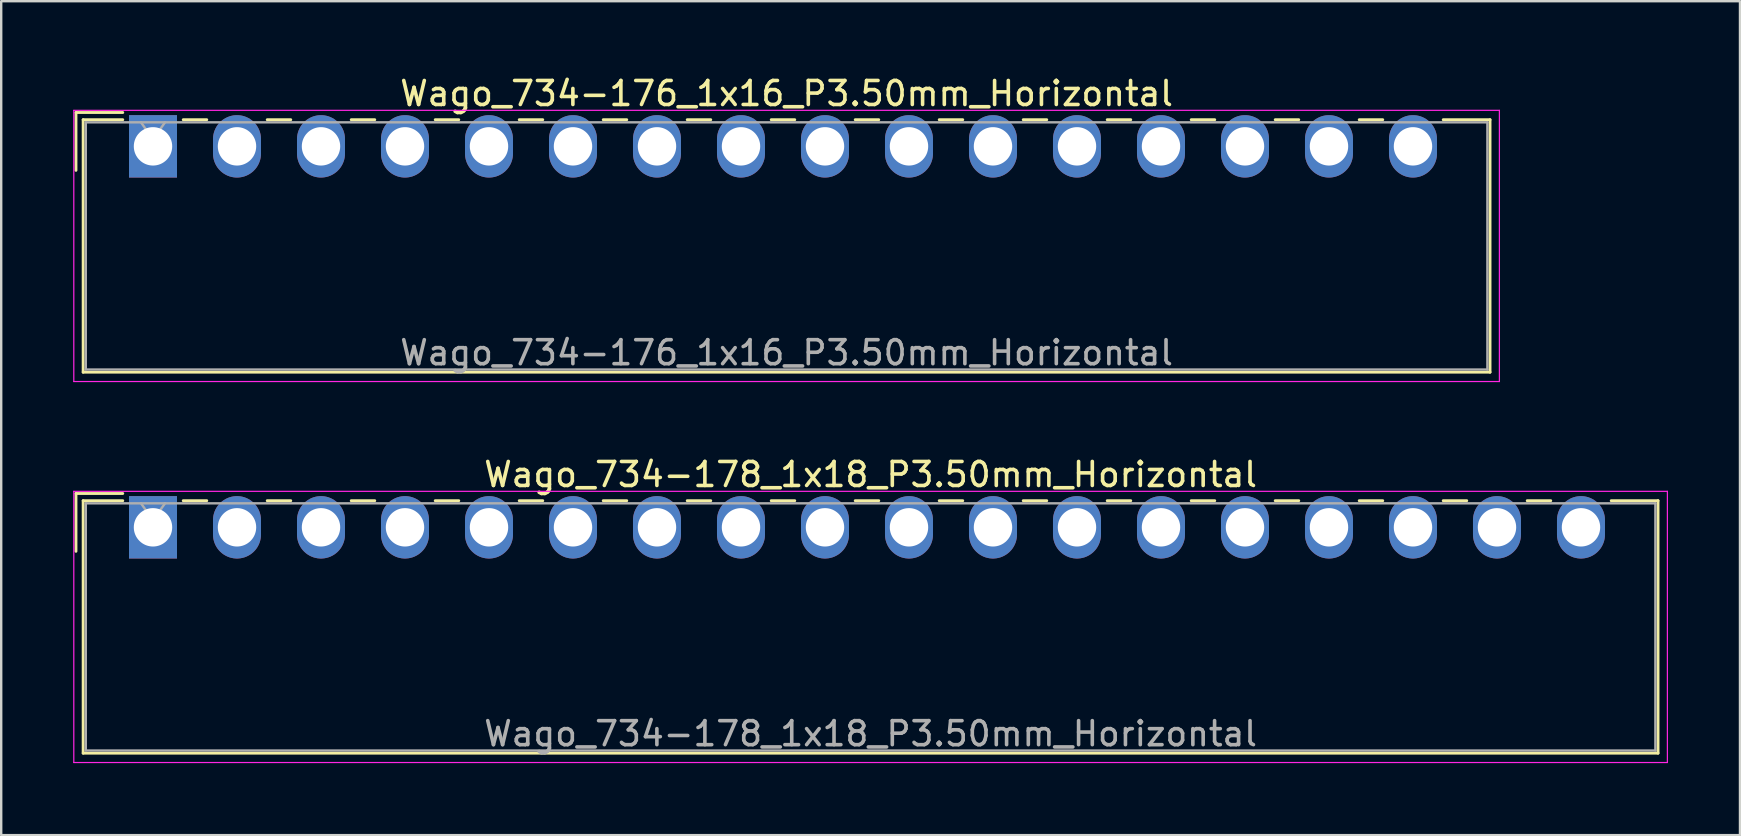
<source format=kicad_pcb>
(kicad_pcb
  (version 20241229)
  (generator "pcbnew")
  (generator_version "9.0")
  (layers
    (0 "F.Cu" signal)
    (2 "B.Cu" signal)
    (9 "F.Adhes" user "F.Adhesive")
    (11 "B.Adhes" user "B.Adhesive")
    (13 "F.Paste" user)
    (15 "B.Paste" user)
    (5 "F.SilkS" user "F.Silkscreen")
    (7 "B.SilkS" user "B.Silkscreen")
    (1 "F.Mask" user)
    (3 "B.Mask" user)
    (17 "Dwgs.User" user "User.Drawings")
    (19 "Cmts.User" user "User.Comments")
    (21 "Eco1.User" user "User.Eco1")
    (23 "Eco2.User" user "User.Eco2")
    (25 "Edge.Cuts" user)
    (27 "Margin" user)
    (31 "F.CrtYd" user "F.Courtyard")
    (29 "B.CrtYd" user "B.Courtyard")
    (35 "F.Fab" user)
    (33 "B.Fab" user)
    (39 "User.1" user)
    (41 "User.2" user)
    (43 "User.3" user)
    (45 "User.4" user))
  (footprint "Wago_734-178_1x18_P3.50mm_Horizontal"
    (layer "F.Cu")
    (at 3.325 18.922)
    (property "Reference" "Wago_734-178_1x18_P3.50mm_Horizontal" (at 29.9 -2.2 0) (layer "F.SilkS") (effects (font (size 1 1) (thickness 0.15))))
    (attr through_hole)
    (fp_line (start -3.21 -1.41) (end -1.26 -1.41) (stroke (width 0.12) (type solid)) (layer "F.SilkS"))
    (fp_line (start -3.21 1) (end -3.21 -1.41) (stroke (width 0.12) (type solid)) (layer "F.SilkS"))
    (fp_line (start -2.91 -1.11) (end -2.91 9.41) (stroke (width 0.12) (type solid)) (layer "F.SilkS"))
    (fp_line (start -2.91 9.41) (end 62.71 9.41) (stroke (width 0.12) (type solid)) (layer "F.SilkS"))
    (fp_line (start -1.26 -1.11) (end -2.91 -1.11) (stroke (width 0.12) (type solid)) (layer "F.SilkS"))
    (fp_line (start 1.26 -1.11) (end 2.24 -1.11) (stroke (width 0.12) (type solid)) (layer "F.SilkS"))
    (fp_line (start 4.76 -1.11) (end 5.74 -1.11) (stroke (width 0.12) (type solid)) (layer "F.SilkS"))
    (fp_line (start 8.26 -1.11) (end 9.24 -1.11) (stroke (width 0.12) (type solid)) (layer "F.SilkS"))
    (fp_line (start 11.76 -1.11) (end 12.74 -1.11) (stroke (width 0.12) (type solid)) (layer "F.SilkS"))
    (fp_line (start 15.26 -1.11) (end 16.24 -1.11) (stroke (width 0.12) (type solid)) (layer "F.SilkS"))
    (fp_line (start 18.76 -1.11) (end 19.74 -1.11) (stroke (width 0.12) (type solid)) (layer "F.SilkS"))
    (fp_line (start 22.26 -1.11) (end 23.24 -1.11) (stroke (width 0.12) (type solid)) (layer "F.SilkS"))
    (fp_line (start 25.76 -1.11) (end 26.74 -1.11) (stroke (width 0.12) (type solid)) (layer "F.SilkS"))
    (fp_line (start 29.26 -1.11) (end 30.24 -1.11) (stroke (width 0.12) (type solid)) (layer "F.SilkS"))
    (fp_line (start 32.76 -1.11) (end 33.74 -1.11) (stroke (width 0.12) (type solid)) (layer "F.SilkS"))
    (fp_line (start 36.26 -1.11) (end 37.24 -1.11) (stroke (width 0.12) (type solid)) (layer "F.SilkS"))
    (fp_line (start 39.76 -1.11) (end 40.74 -1.11) (stroke (width 0.12) (type solid)) (layer "F.SilkS"))
    (fp_line (start 43.26 -1.11) (end 44.24 -1.11) (stroke (width 0.12) (type solid)) (layer "F.SilkS"))
    (fp_line (start 46.76 -1.11) (end 47.74 -1.11) (stroke (width 0.12) (type solid)) (layer "F.SilkS"))
    (fp_line (start 50.26 -1.11) (end 51.24 -1.11) (stroke (width 0.12) (type solid)) (layer "F.SilkS"))
    (fp_line (start 53.76 -1.11) (end 54.74 -1.11) (stroke (width 0.12) (type solid)) (layer "F.SilkS"))
    (fp_line (start 57.26 -1.11) (end 58.24 -1.11) (stroke (width 0.12) (type solid)) (layer "F.SilkS"))
    (fp_line (start 62.71 -1.11) (end 60.76 -1.11) (stroke (width 0.12) (type solid)) (layer "F.SilkS"))
    (fp_line (start 62.71 9.41) (end 62.71 -1.11) (stroke (width 0.12) (type solid)) (layer "F.SilkS"))
    (fp_line (start -3.3 -1.5) (end -3.3 9.8) (stroke (width 0.05) (type solid)) (layer "F.CrtYd"))
    (fp_line (start -3.3 9.8) (end 63.1 9.8) (stroke (width 0.05) (type solid)) (layer "F.CrtYd"))
    (fp_line (start 63.1 -1.5) (end -3.3 -1.5) (stroke (width 0.05) (type solid)) (layer "F.CrtYd"))
    (fp_line (start 63.1 9.8) (end 63.1 -1.5) (stroke (width 0.05) (type solid)) (layer "F.CrtYd"))
    (fp_line (start -2.8 -1) (end -2.8 9.3) (stroke (width 0.1) (type solid)) (layer "F.Fab"))
    (fp_line (start -2.8 9.3) (end 62.6 9.3) (stroke (width 0.1) (type solid)) (layer "F.Fab"))
    (fp_line (start -0.5 -1) (end 0 -0.293) (stroke (width 0.1) (type solid)) (layer "F.Fab"))
    (fp_line (start 0 -0.293) (end 0.5 -1) (stroke (width 0.1) (type solid)) (layer "F.Fab"))
    (fp_line (start 62.6 -1) (end -2.8 -1) (stroke (width 0.1) (type solid)) (layer "F.Fab"))
    (fp_line (start 62.6 9.3) (end 62.6 -1) (stroke (width 0.1) (type solid)) (layer "F.Fab"))
    (fp_text user "${REFERENCE}" (at 29.9 8.6 0) (layer "F.Fab") (effects (font (size 1 1) (thickness 0.15))))
    (pad "1" thru_hole rect (at 0 0) (size 2 2.6) (drill 1.6) (layers "*.Cu" "*.Mask"))
    (pad "2" thru_hole oval (at 3.5 0) (size 2 2.6) (drill 1.6) (layers "*.Cu" "*.Mask"))
    (pad "3" thru_hole oval (at 7 0) (size 2 2.6) (drill 1.6) (layers "*.Cu" "*.Mask"))
    (pad "4" thru_hole oval (at 10.5 0) (size 2 2.6) (drill 1.6) (layers "*.Cu" "*.Mask"))
    (pad "5" thru_hole oval (at 14 0) (size 2 2.6) (drill 1.6) (layers "*.Cu" "*.Mask"))
    (pad "6" thru_hole oval (at 17.5 0) (size 2 2.6) (drill 1.6) (layers "*.Cu" "*.Mask"))
    (pad "7" thru_hole oval (at 21 0) (size 2 2.6) (drill 1.6) (layers "*.Cu" "*.Mask"))
    (pad "8" thru_hole oval (at 24.5 0) (size 2 2.6) (drill 1.6) (layers "*.Cu" "*.Mask"))
    (pad "9" thru_hole oval (at 28 0) (size 2 2.6) (drill 1.6) (layers "*.Cu" "*.Mask"))
    (pad "10" thru_hole oval (at 31.5 0) (size 2 2.6) (drill 1.6) (layers "*.Cu" "*.Mask"))
    (pad "11" thru_hole oval (at 35 0) (size 2 2.6) (drill 1.6) (layers "*.Cu" "*.Mask"))
    (pad "12" thru_hole oval (at 38.5 0) (size 2 2.6) (drill 1.6) (layers "*.Cu" "*.Mask"))
    (pad "13" thru_hole oval (at 42 0) (size 2 2.6) (drill 1.6) (layers "*.Cu" "*.Mask"))
    (pad "14" thru_hole oval (at 45.5 0) (size 2 2.6) (drill 1.6) (layers "*.Cu" "*.Mask"))
    (pad "15" thru_hole oval (at 49 0) (size 2 2.6) (drill 1.6) (layers "*.Cu" "*.Mask"))
    (pad "16" thru_hole oval (at 52.5 0) (size 2 2.6) (drill 1.6) (layers "*.Cu" "*.Mask"))
    (pad "17" thru_hole oval (at 56 0) (size 2 2.6) (drill 1.6) (layers "*.Cu" "*.Mask"))
    (pad "18" thru_hole oval (at 59.5 0) (size 2 2.6) (drill 1.6) (layers "*.Cu" "*.Mask")))
  (footprint "Wago_734-176_1x16_P3.50mm_Horizontal"
    (layer "F.Cu")
    (at 3.325 3.048)
    (property "Reference" "Wago_734-176_1x16_P3.50mm_Horizontal" (at 26.4 -2.2 0) (layer "F.SilkS") (effects (font (size 1 1) (thickness 0.15))))
    (attr through_hole)
    (fp_line (start -3.21 -1.41) (end -1.26 -1.41) (stroke (width 0.12) (type solid)) (layer "F.SilkS"))
    (fp_line (start -3.21 1) (end -3.21 -1.41) (stroke (width 0.12) (type solid)) (layer "F.SilkS"))
    (fp_line (start -2.91 -1.11) (end -2.91 9.41) (stroke (width 0.12) (type solid)) (layer "F.SilkS"))
    (fp_line (start -2.91 9.41) (end 55.71 9.41) (stroke (width 0.12) (type solid)) (layer "F.SilkS"))
    (fp_line (start -1.26 -1.11) (end -2.91 -1.11) (stroke (width 0.12) (type solid)) (layer "F.SilkS"))
    (fp_line (start 1.26 -1.11) (end 2.24 -1.11) (stroke (width 0.12) (type solid)) (layer "F.SilkS"))
    (fp_line (start 4.76 -1.11) (end 5.74 -1.11) (stroke (width 0.12) (type solid)) (layer "F.SilkS"))
    (fp_line (start 8.26 -1.11) (end 9.24 -1.11) (stroke (width 0.12) (type solid)) (layer "F.SilkS"))
    (fp_line (start 11.76 -1.11) (end 12.74 -1.11) (stroke (width 0.12) (type solid)) (layer "F.SilkS"))
    (fp_line (start 15.26 -1.11) (end 16.24 -1.11) (stroke (width 0.12) (type solid)) (layer "F.SilkS"))
    (fp_line (start 18.76 -1.11) (end 19.74 -1.11) (stroke (width 0.12) (type solid)) (layer "F.SilkS"))
    (fp_line (start 22.26 -1.11) (end 23.24 -1.11) (stroke (width 0.12) (type solid)) (layer "F.SilkS"))
    (fp_line (start 25.76 -1.11) (end 26.74 -1.11) (stroke (width 0.12) (type solid)) (layer "F.SilkS"))
    (fp_line (start 29.26 -1.11) (end 30.24 -1.11) (stroke (width 0.12) (type solid)) (layer "F.SilkS"))
    (fp_line (start 32.76 -1.11) (end 33.74 -1.11) (stroke (width 0.12) (type solid)) (layer "F.SilkS"))
    (fp_line (start 36.26 -1.11) (end 37.24 -1.11) (stroke (width 0.12) (type solid)) (layer "F.SilkS"))
    (fp_line (start 39.76 -1.11) (end 40.74 -1.11) (stroke (width 0.12) (type solid)) (layer "F.SilkS"))
    (fp_line (start 43.26 -1.11) (end 44.24 -1.11) (stroke (width 0.12) (type solid)) (layer "F.SilkS"))
    (fp_line (start 46.76 -1.11) (end 47.74 -1.11) (stroke (width 0.12) (type solid)) (layer "F.SilkS"))
    (fp_line (start 50.26 -1.11) (end 51.24 -1.11) (stroke (width 0.12) (type solid)) (layer "F.SilkS"))
    (fp_line (start 55.71 -1.11) (end 53.76 -1.11) (stroke (width 0.12) (type solid)) (layer "F.SilkS"))
    (fp_line (start 55.71 9.41) (end 55.71 -1.11) (stroke (width 0.12) (type solid)) (layer "F.SilkS"))
    (fp_line (start -3.3 -1.5) (end -3.3 9.8) (stroke (width 0.05) (type solid)) (layer "F.CrtYd"))
    (fp_line (start -3.3 9.8) (end 56.1 9.8) (stroke (width 0.05) (type solid)) (layer "F.CrtYd"))
    (fp_line (start 56.1 -1.5) (end -3.3 -1.5) (stroke (width 0.05) (type solid)) (layer "F.CrtYd"))
    (fp_line (start 56.1 9.8) (end 56.1 -1.5) (stroke (width 0.05) (type solid)) (layer "F.CrtYd"))
    (fp_line (start -2.8 -1) (end -2.8 9.3) (stroke (width 0.1) (type solid)) (layer "F.Fab"))
    (fp_line (start -2.8 9.3) (end 55.6 9.3) (stroke (width 0.1) (type solid)) (layer "F.Fab"))
    (fp_line (start -0.5 -1) (end 0 -0.293) (stroke (width 0.1) (type solid)) (layer "F.Fab"))
    (fp_line (start 0 -0.293) (end 0.5 -1) (stroke (width 0.1) (type solid)) (layer "F.Fab"))
    (fp_line (start 55.6 -1) (end -2.8 -1) (stroke (width 0.1) (type solid)) (layer "F.Fab"))
    (fp_line (start 55.6 9.3) (end 55.6 -1) (stroke (width 0.1) (type solid)) (layer "F.Fab"))
    (fp_text user "${REFERENCE}" (at 26.4 8.6 0) (layer "F.Fab") (effects (font (size 1 1) (thickness 0.15))))
    (pad "1" thru_hole rect (at 0 0) (size 2 2.6) (drill 1.6) (layers "*.Cu" "*.Mask"))
    (pad "2" thru_hole oval (at 3.5 0) (size 2 2.6) (drill 1.6) (layers "*.Cu" "*.Mask"))
    (pad "3" thru_hole oval (at 7 0) (size 2 2.6) (drill 1.6) (layers "*.Cu" "*.Mask"))
    (pad "4" thru_hole oval (at 10.5 0) (size 2 2.6) (drill 1.6) (layers "*.Cu" "*.Mask"))
    (pad "5" thru_hole oval (at 14 0) (size 2 2.6) (drill 1.6) (layers "*.Cu" "*.Mask"))
    (pad "6" thru_hole oval (at 17.5 0) (size 2 2.6) (drill 1.6) (layers "*.Cu" "*.Mask"))
    (pad "7" thru_hole oval (at 21 0) (size 2 2.6) (drill 1.6) (layers "*.Cu" "*.Mask"))
    (pad "8" thru_hole oval (at 24.5 0) (size 2 2.6) (drill 1.6) (layers "*.Cu" "*.Mask"))
    (pad "9" thru_hole oval (at 28 0) (size 2 2.6) (drill 1.6) (layers "*.Cu" "*.Mask"))
    (pad "10" thru_hole oval (at 31.5 0) (size 2 2.6) (drill 1.6) (layers "*.Cu" "*.Mask"))
    (pad "11" thru_hole oval (at 35 0) (size 2 2.6) (drill 1.6) (layers "*.Cu" "*.Mask"))
    (pad "12" thru_hole oval (at 38.5 0) (size 2 2.6) (drill 1.6) (layers "*.Cu" "*.Mask"))
    (pad "13" thru_hole oval (at 42 0) (size 2 2.6) (drill 1.6) (layers "*.Cu" "*.Mask"))
    (pad "14" thru_hole oval (at 45.5 0) (size 2 2.6) (drill 1.6) (layers "*.Cu" "*.Mask"))
    (pad "15" thru_hole oval (at 49 0) (size 2 2.6) (drill 1.6) (layers "*.Cu" "*.Mask"))
    (pad "16" thru_hole oval (at 52.5 0) (size 2 2.6) (drill 1.6) (layers "*.Cu" "*.Mask")))
  (gr_rect
    (start -3 -3)
    (end 69.45 31.747)
    (stroke (width 0.1) (type default))
    (fill no)
    (layer "Edge.Cuts")))
</source>
